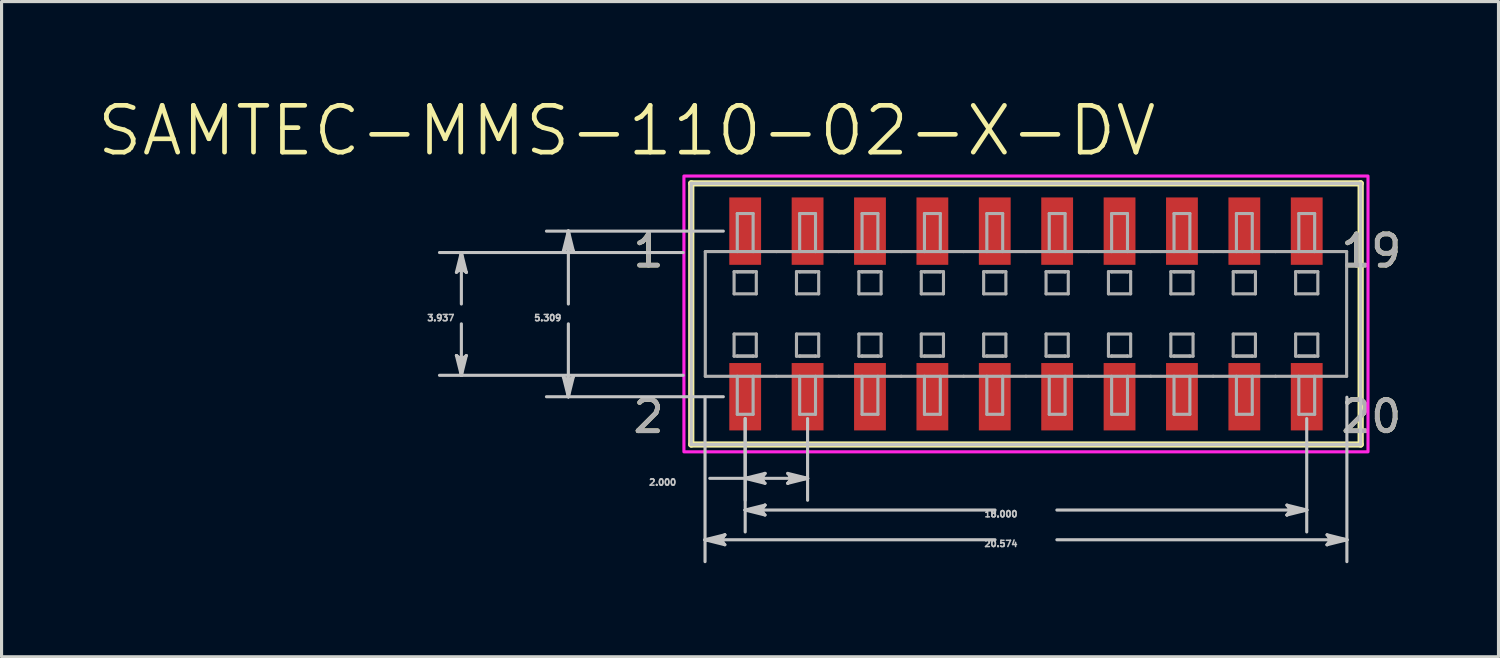
<source format=kicad_pcb>
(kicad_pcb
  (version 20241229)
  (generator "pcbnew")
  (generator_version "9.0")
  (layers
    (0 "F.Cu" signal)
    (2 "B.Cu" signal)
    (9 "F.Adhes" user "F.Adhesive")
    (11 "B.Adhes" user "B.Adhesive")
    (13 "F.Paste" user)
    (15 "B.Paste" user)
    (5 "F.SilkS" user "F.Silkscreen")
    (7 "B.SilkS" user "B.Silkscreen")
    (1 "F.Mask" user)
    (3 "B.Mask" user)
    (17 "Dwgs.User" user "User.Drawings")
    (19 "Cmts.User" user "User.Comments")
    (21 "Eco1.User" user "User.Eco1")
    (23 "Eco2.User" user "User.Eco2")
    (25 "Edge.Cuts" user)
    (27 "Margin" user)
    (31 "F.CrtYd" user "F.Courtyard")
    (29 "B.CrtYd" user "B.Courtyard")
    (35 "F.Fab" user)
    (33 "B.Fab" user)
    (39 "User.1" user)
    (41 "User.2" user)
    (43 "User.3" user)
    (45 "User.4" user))
  (footprint "SAMTEC-MMS-110-02-X-DV"
    (layer "F.Cu")
    (at 29.837 7.013)
    (property "Reference" "SAMTEC-MMS-110-02-X-DV" (at -12.797 -5.872 0) (layer "F.SilkS") (effects (font (size 1.5 1.5) (thickness 0.15))))
    (attr through_hole)
    (fp_poly (pts (xy -9.561 -3.785) (xy -8.439 -3.785) (xy -8.439 -1.523) (xy -9.561 -1.523)) (stroke (width 0.01) (type solid)) (fill yes) (layer "F.Mask"))
    (fp_poly (pts (xy -9.561 1.523) (xy -8.439 1.523) (xy -8.439 3.785) (xy -9.561 3.785)) (stroke (width 0.01) (type solid)) (fill yes) (layer "F.Mask"))
    (fp_poly (pts (xy -7.561 -3.785) (xy -6.439 -3.785) (xy -6.439 -1.523) (xy -7.561 -1.523)) (stroke (width 0.01) (type solid)) (fill yes) (layer "F.Mask"))
    (fp_poly (pts (xy -7.561 1.523) (xy -6.439 1.523) (xy -6.439 3.785) (xy -7.561 3.785)) (stroke (width 0.01) (type solid)) (fill yes) (layer "F.Mask"))
    (fp_poly (pts (xy -5.561 -3.785) (xy -4.439 -3.785) (xy -4.439 -1.523) (xy -5.561 -1.523)) (stroke (width 0.01) (type solid)) (fill yes) (layer "F.Mask"))
    (fp_poly (pts (xy -5.561 1.523) (xy -4.439 1.523) (xy -4.439 3.785) (xy -5.561 3.785)) (stroke (width 0.01) (type solid)) (fill yes) (layer "F.Mask"))
    (fp_poly (pts (xy -3.561 -3.785) (xy -2.439 -3.785) (xy -2.439 -1.523) (xy -3.561 -1.523)) (stroke (width 0.01) (type solid)) (fill yes) (layer "F.Mask"))
    (fp_poly (pts (xy -3.561 1.523) (xy -2.439 1.523) (xy -2.439 3.785) (xy -3.561 3.785)) (stroke (width 0.01) (type solid)) (fill yes) (layer "F.Mask"))
    (fp_poly (pts (xy -1.561 -3.785) (xy -0.439 -3.785) (xy -0.439 -1.523) (xy -1.561 -1.523)) (stroke (width 0.01) (type solid)) (fill yes) (layer "F.Mask"))
    (fp_poly (pts (xy -1.561 1.523) (xy -0.439 1.523) (xy -0.439 3.785) (xy -1.561 3.785)) (stroke (width 0.01) (type solid)) (fill yes) (layer "F.Mask"))
    (fp_poly (pts (xy 0.439 -3.785) (xy 1.561 -3.785) (xy 1.561 -1.523) (xy 0.439 -1.523)) (stroke (width 0.01) (type solid)) (fill yes) (layer "F.Mask"))
    (fp_poly (pts (xy 0.439 1.523) (xy 1.561 1.523) (xy 1.561 3.785) (xy 0.439 3.785)) (stroke (width 0.01) (type solid)) (fill yes) (layer "F.Mask"))
    (fp_poly (pts (xy 2.439 -3.785) (xy 3.561 -3.785) (xy 3.561 -1.523) (xy 2.439 -1.523)) (stroke (width 0.01) (type solid)) (fill yes) (layer "F.Mask"))
    (fp_poly (pts (xy 2.439 1.523) (xy 3.561 1.523) (xy 3.561 3.785) (xy 2.439 3.785)) (stroke (width 0.01) (type solid)) (fill yes) (layer "F.Mask"))
    (fp_poly (pts (xy 4.439 -3.785) (xy 5.561 -3.785) (xy 5.561 -1.523) (xy 4.439 -1.523)) (stroke (width 0.01) (type solid)) (fill yes) (layer "F.Mask"))
    (fp_poly (pts (xy 4.439 1.523) (xy 5.561 1.523) (xy 5.561 3.785) (xy 4.439 3.785)) (stroke (width 0.01) (type solid)) (fill yes) (layer "F.Mask"))
    (fp_poly (pts (xy 6.439 -3.785) (xy 7.561 -3.785) (xy 7.561 -1.523) (xy 6.439 -1.523)) (stroke (width 0.01) (type solid)) (fill yes) (layer "F.Mask"))
    (fp_poly (pts (xy 6.439 1.523) (xy 7.561 1.523) (xy 7.561 3.785) (xy 6.439 3.785)) (stroke (width 0.01) (type solid)) (fill yes) (layer "F.Mask"))
    (fp_poly (pts (xy 8.439 -3.785) (xy 9.561 -3.785) (xy 9.561 -1.523) (xy 8.439 -1.523)) (stroke (width 0.01) (type solid)) (fill yes) (layer "F.Mask"))
    (fp_poly (pts (xy 8.439 1.523) (xy 9.561 1.523) (xy 9.561 3.785) (xy 8.439 3.785)) (stroke (width 0.01) (type solid)) (fill yes) (layer "F.Mask"))
    (fp_line (start -10.729 -4.185) (end -10.729 4.185) (stroke (width 0.2) (type solid)) (layer "F.SilkS"))
    (fp_line (start -10.729 4.185) (end 10.729 4.185) (stroke (width 0.2) (type solid)) (layer "F.SilkS"))
    (fp_line (start 10.729 -4.185) (end -10.729 -4.185) (stroke (width 0.2) (type solid)) (layer "F.SilkS"))
    (fp_line (start 10.729 4.185) (end 10.729 -4.185) (stroke (width 0.2) (type solid)) (layer "F.SilkS"))
    (fp_poly (pts (xy -9.51 -3.734) (xy -8.49 -3.734) (xy -8.49 -1.574) (xy -9.51 -1.574)) (stroke (width 0.01) (type solid)) (fill yes) (layer "F.Paste"))
    (fp_poly (pts (xy -9.51 1.574) (xy -8.49 1.574) (xy -8.49 3.734) (xy -9.51 3.734)) (stroke (width 0.01) (type solid)) (fill yes) (layer "F.Paste"))
    (fp_poly (pts (xy -7.51 -3.734) (xy -6.49 -3.734) (xy -6.49 -1.574) (xy -7.51 -1.574)) (stroke (width 0.01) (type solid)) (fill yes) (layer "F.Paste"))
    (fp_poly (pts (xy -7.51 1.574) (xy -6.49 1.574) (xy -6.49 3.734) (xy -7.51 3.734)) (stroke (width 0.01) (type solid)) (fill yes) (layer "F.Paste"))
    (fp_poly (pts (xy -5.51 -3.734) (xy -4.49 -3.734) (xy -4.49 -1.574) (xy -5.51 -1.574)) (stroke (width 0.01) (type solid)) (fill yes) (layer "F.Paste"))
    (fp_poly (pts (xy -5.51 1.574) (xy -4.49 1.574) (xy -4.49 3.734) (xy -5.51 3.734)) (stroke (width 0.01) (type solid)) (fill yes) (layer "F.Paste"))
    (fp_poly (pts (xy -3.51 -3.734) (xy -2.49 -3.734) (xy -2.49 -1.574) (xy -3.51 -1.574)) (stroke (width 0.01) (type solid)) (fill yes) (layer "F.Paste"))
    (fp_poly (pts (xy -3.51 1.574) (xy -2.49 1.574) (xy -2.49 3.734) (xy -3.51 3.734)) (stroke (width 0.01) (type solid)) (fill yes) (layer "F.Paste"))
    (fp_poly (pts (xy -1.51 -3.734) (xy -0.49 -3.734) (xy -0.49 -1.574) (xy -1.51 -1.574)) (stroke (width 0.01) (type solid)) (fill yes) (layer "F.Paste"))
    (fp_poly (pts (xy -1.51 1.574) (xy -0.49 1.574) (xy -0.49 3.734) (xy -1.51 3.734)) (stroke (width 0.01) (type solid)) (fill yes) (layer "F.Paste"))
    (fp_poly (pts (xy 0.49 -3.734) (xy 1.51 -3.734) (xy 1.51 -1.574) (xy 0.49 -1.574)) (stroke (width 0.01) (type solid)) (fill yes) (layer "F.Paste"))
    (fp_poly (pts (xy 0.49 1.574) (xy 1.51 1.574) (xy 1.51 3.734) (xy 0.49 3.734)) (stroke (width 0.01) (type solid)) (fill yes) (layer "F.Paste"))
    (fp_poly (pts (xy 2.49 -3.734) (xy 3.51 -3.734) (xy 3.51 -1.574) (xy 2.49 -1.574)) (stroke (width 0.01) (type solid)) (fill yes) (layer "F.Paste"))
    (fp_poly (pts (xy 2.49 1.574) (xy 3.51 1.574) (xy 3.51 3.734) (xy 2.49 3.734)) (stroke (width 0.01) (type solid)) (fill yes) (layer "F.Paste"))
    (fp_poly (pts (xy 4.49 -3.734) (xy 5.51 -3.734) (xy 5.51 -1.574) (xy 4.49 -1.574)) (stroke (width 0.01) (type solid)) (fill yes) (layer "F.Paste"))
    (fp_poly (pts (xy 4.49 1.574) (xy 5.51 1.574) (xy 5.51 3.734) (xy 4.49 3.734)) (stroke (width 0.01) (type solid)) (fill yes) (layer "F.Paste"))
    (fp_poly (pts (xy 6.49 -3.734) (xy 7.51 -3.734) (xy 7.51 -1.574) (xy 6.49 -1.574)) (stroke (width 0.01) (type solid)) (fill yes) (layer "F.Paste"))
    (fp_poly (pts (xy 6.49 1.574) (xy 7.51 1.574) (xy 7.51 3.734) (xy 6.49 3.734)) (stroke (width 0.01) (type solid)) (fill yes) (layer "F.Paste"))
    (fp_poly (pts (xy 8.49 -3.734) (xy 9.51 -3.734) (xy 9.51 -1.574) (xy 8.49 -1.574)) (stroke (width 0.01) (type solid)) (fill yes) (layer "F.Paste"))
    (fp_poly (pts (xy 8.49 1.574) (xy 9.51 1.574) (xy 9.51 3.734) (xy 8.49 3.734)) (stroke (width 0.01) (type solid)) (fill yes) (layer "F.Paste"))
    (fp_line (start -18.256 -1.334) (end -18.098 -1.46) (stroke (width 0.1) (type solid)) (layer "Dwgs.User"))
    (fp_line (start -18.256 1.334) (end -18.098 1.968) (stroke (width 0.1) (type solid)) (layer "Dwgs.User"))
    (fp_line (start -18.177 -1.397) (end -18.098 -1.46) (stroke (width 0.1) (type solid)) (layer "Dwgs.User"))
    (fp_line (start -18.177 1.397) (end -18.256 1.334) (stroke (width 0.1) (type solid)) (layer "Dwgs.User"))
    (fp_line (start -18.098 -1.968) (end -18.256 -1.334) (stroke (width 0.1) (type solid)) (layer "Dwgs.User"))
    (fp_line (start -18.098 -1.968) (end -18.177 -1.397) (stroke (width 0.1) (type solid)) (layer "Dwgs.User"))
    (fp_line (start -18.098 -1.968) (end -18.018 -1.397) (stroke (width 0.1) (type solid)) (layer "Dwgs.User"))
    (fp_line (start -18.098 -1.46) (end -18.098 -1.968) (stroke (width 0.1) (type solid)) (layer "Dwgs.User"))
    (fp_line (start -18.098 -1.46) (end -17.939 -1.334) (stroke (width 0.1) (type solid)) (layer "Dwgs.User"))
    (fp_line (start -18.098 -0.318) (end -18.098 -1.968) (stroke (width 0.1) (type solid)) (layer "Dwgs.User"))
    (fp_line (start -18.098 0.318) (end -18.098 1.968) (stroke (width 0.1) (type solid)) (layer "Dwgs.User"))
    (fp_line (start -18.098 1.46) (end -18.256 1.334) (stroke (width 0.1) (type solid)) (layer "Dwgs.User"))
    (fp_line (start -18.098 1.46) (end -18.098 1.968) (stroke (width 0.1) (type solid)) (layer "Dwgs.User"))
    (fp_line (start -18.098 1.968) (end -18.177 1.397) (stroke (width 0.1) (type solid)) (layer "Dwgs.User"))
    (fp_line (start -18.098 1.968) (end -18.018 1.397) (stroke (width 0.1) (type solid)) (layer "Dwgs.User"))
    (fp_line (start -18.098 1.968) (end -17.939 1.334) (stroke (width 0.1) (type solid)) (layer "Dwgs.User"))
    (fp_line (start -18.018 -1.397) (end -17.939 -1.334) (stroke (width 0.1) (type solid)) (layer "Dwgs.User"))
    (fp_line (start -18.018 1.397) (end -18.098 1.46) (stroke (width 0.1) (type solid)) (layer "Dwgs.User"))
    (fp_line (start -17.939 -1.334) (end -18.098 -1.968) (stroke (width 0.1) (type solid)) (layer "Dwgs.User"))
    (fp_line (start -17.939 1.334) (end -18.098 1.46) (stroke (width 0.1) (type solid)) (layer "Dwgs.User"))
    (fp_line (start -14.827 -2.019) (end -14.668 -2.146) (stroke (width 0.1) (type solid)) (layer "Dwgs.User"))
    (fp_line (start -14.827 2.019) (end -14.668 2.654) (stroke (width 0.1) (type solid)) (layer "Dwgs.User"))
    (fp_line (start -14.748 -2.083) (end -14.668 -2.146) (stroke (width 0.1) (type solid)) (layer "Dwgs.User"))
    (fp_line (start -14.748 2.083) (end -14.827 2.019) (stroke (width 0.1) (type solid)) (layer "Dwgs.User"))
    (fp_line (start -14.668 -2.654) (end -14.827 -2.019) (stroke (width 0.1) (type solid)) (layer "Dwgs.User"))
    (fp_line (start -14.668 -2.654) (end -14.748 -2.083) (stroke (width 0.1) (type solid)) (layer "Dwgs.User"))
    (fp_line (start -14.668 -2.654) (end -14.589 -2.083) (stroke (width 0.1) (type solid)) (layer "Dwgs.User"))
    (fp_line (start -14.668 -2.146) (end -14.668 -2.654) (stroke (width 0.1) (type solid)) (layer "Dwgs.User"))
    (fp_line (start -14.668 -2.146) (end -14.51 -2.019) (stroke (width 0.1) (type solid)) (layer "Dwgs.User"))
    (fp_line (start -14.668 -0.318) (end -14.668 -2.654) (stroke (width 0.1) (type solid)) (layer "Dwgs.User"))
    (fp_line (start -14.668 0.318) (end -14.668 2.654) (stroke (width 0.1) (type solid)) (layer "Dwgs.User"))
    (fp_line (start -14.668 2.146) (end -14.827 2.019) (stroke (width 0.1) (type solid)) (layer "Dwgs.User"))
    (fp_line (start -14.668 2.146) (end -14.668 2.654) (stroke (width 0.1) (type solid)) (layer "Dwgs.User"))
    (fp_line (start -14.668 2.654) (end -14.748 2.083) (stroke (width 0.1) (type solid)) (layer "Dwgs.User"))
    (fp_line (start -14.668 2.654) (end -14.589 2.083) (stroke (width 0.1) (type solid)) (layer "Dwgs.User"))
    (fp_line (start -14.668 2.654) (end -14.51 2.019) (stroke (width 0.1) (type solid)) (layer "Dwgs.User"))
    (fp_line (start -14.589 -2.083) (end -14.51 -2.019) (stroke (width 0.1) (type solid)) (layer "Dwgs.User"))
    (fp_line (start -14.589 2.083) (end -14.668 2.146) (stroke (width 0.1) (type solid)) (layer "Dwgs.User"))
    (fp_line (start -14.51 -2.019) (end -14.668 -2.654) (stroke (width 0.1) (type solid)) (layer "Dwgs.User"))
    (fp_line (start -14.51 2.019) (end -14.668 2.146) (stroke (width 0.1) (type solid)) (layer "Dwgs.User"))
    (fp_line (start -10.988 -1.968) (end -18.799 -1.968) (stroke (width 0.1) (type solid)) (layer "Dwgs.User"))
    (fp_line (start -10.988 1.968) (end -18.799 1.968) (stroke (width 0.1) (type solid)) (layer "Dwgs.User"))
    (fp_line (start -10.729 -4.185) (end -10.729 4.185) (stroke (width 0.1) (type solid)) (layer "Dwgs.User"))
    (fp_line (start -10.729 4.185) (end 10.729 4.185) (stroke (width 0.1) (type solid)) (layer "Dwgs.User"))
    (fp_line (start -10.287 2.67) (end -10.287 7.94) (stroke (width 0.1) (type solid)) (layer "Dwgs.User"))
    (fp_line (start -10.287 7.239) (end -9.716 7.16) (stroke (width 0.1) (type solid)) (layer "Dwgs.User"))
    (fp_line (start -10.287 7.239) (end -9.716 7.318) (stroke (width 0.1) (type solid)) (layer "Dwgs.User"))
    (fp_line (start -10.287 7.239) (end -9.652 7.398) (stroke (width 0.1) (type solid)) (layer "Dwgs.User"))
    (fp_line (start -10.135 5.27) (end -9 5.27) (stroke (width 0.1) (type solid)) (layer "Dwgs.User"))
    (fp_line (start -9.779 7.239) (end -10.287 7.239) (stroke (width 0.1) (type solid)) (layer "Dwgs.User"))
    (fp_line (start -9.779 7.239) (end -9.652 7.08) (stroke (width 0.1) (type solid)) (layer "Dwgs.User"))
    (fp_line (start -9.716 7.16) (end -9.652 7.08) (stroke (width 0.1) (type solid)) (layer "Dwgs.User"))
    (fp_line (start -9.716 7.318) (end -9.779 7.239) (stroke (width 0.1) (type solid)) (layer "Dwgs.User"))
    (fp_line (start -9.701 -2.654) (end -15.37 -2.654) (stroke (width 0.1) (type solid)) (layer "Dwgs.User"))
    (fp_line (start -9.701 2.654) (end -15.37 2.654) (stroke (width 0.1) (type solid)) (layer "Dwgs.User"))
    (fp_line (start -9.652 7.08) (end -10.287 7.239) (stroke (width 0.1) (type solid)) (layer "Dwgs.User"))
    (fp_line (start -9.652 7.398) (end -9.779 7.239) (stroke (width 0.1) (type solid)) (layer "Dwgs.User"))
    (fp_line (start -9 3.355) (end -9 5.972) (stroke (width 0.1) (type solid)) (layer "Dwgs.User"))
    (fp_line (start -9 3.355) (end -9 6.988) (stroke (width 0.1) (type solid)) (layer "Dwgs.User"))
    (fp_line (start -9 5.27) (end -8.428 5.191) (stroke (width 0.1) (type solid)) (layer "Dwgs.User"))
    (fp_line (start -9 5.27) (end -8.428 5.35) (stroke (width 0.1) (type solid)) (layer "Dwgs.User"))
    (fp_line (start -9 5.27) (end -8.365 5.429) (stroke (width 0.1) (type solid)) (layer "Dwgs.User"))
    (fp_line (start -9 5.27) (end -7 5.27) (stroke (width 0.1) (type solid)) (layer "Dwgs.User"))
    (fp_line (start -9 6.286) (end -8.428 6.207) (stroke (width 0.1) (type solid)) (layer "Dwgs.User"))
    (fp_line (start -9 6.286) (end -8.428 6.366) (stroke (width 0.1) (type solid)) (layer "Dwgs.User"))
    (fp_line (start -9 6.286) (end -8.365 6.445) (stroke (width 0.1) (type solid)) (layer "Dwgs.User"))
    (fp_line (start -8.492 5.27) (end -9 5.27) (stroke (width 0.1) (type solid)) (layer "Dwgs.User"))
    (fp_line (start -8.492 5.27) (end -8.365 5.112) (stroke (width 0.1) (type solid)) (layer "Dwgs.User"))
    (fp_line (start -8.492 6.286) (end -9 6.286) (stroke (width 0.1) (type solid)) (layer "Dwgs.User"))
    (fp_line (start -8.492 6.286) (end -8.365 6.128) (stroke (width 0.1) (type solid)) (layer "Dwgs.User"))
    (fp_line (start -8.428 5.191) (end -8.365 5.112) (stroke (width 0.1) (type solid)) (layer "Dwgs.User"))
    (fp_line (start -8.428 5.35) (end -8.492 5.27) (stroke (width 0.1) (type solid)) (layer "Dwgs.User"))
    (fp_line (start -8.428 6.207) (end -8.365 6.128) (stroke (width 0.1) (type solid)) (layer "Dwgs.User"))
    (fp_line (start -8.428 6.366) (end -8.492 6.286) (stroke (width 0.1) (type solid)) (layer "Dwgs.User"))
    (fp_line (start -8.365 5.112) (end -9 5.27) (stroke (width 0.1) (type solid)) (layer "Dwgs.User"))
    (fp_line (start -8.365 5.429) (end -8.492 5.27) (stroke (width 0.1) (type solid)) (layer "Dwgs.User"))
    (fp_line (start -8.365 6.128) (end -9 6.286) (stroke (width 0.1) (type solid)) (layer "Dwgs.User"))
    (fp_line (start -8.365 6.445) (end -8.492 6.286) (stroke (width 0.1) (type solid)) (layer "Dwgs.User"))
    (fp_line (start -7.635 5.112) (end -7.508 5.27) (stroke (width 0.1) (type solid)) (layer "Dwgs.User"))
    (fp_line (start -7.635 5.429) (end -7 5.27) (stroke (width 0.1) (type solid)) (layer "Dwgs.User"))
    (fp_line (start -7.571 5.191) (end -7.508 5.27) (stroke (width 0.1) (type solid)) (layer "Dwgs.User"))
    (fp_line (start -7.571 5.35) (end -7.635 5.429) (stroke (width 0.1) (type solid)) (layer "Dwgs.User"))
    (fp_line (start -7.508 5.27) (end -7.635 5.429) (stroke (width 0.1) (type solid)) (layer "Dwgs.User"))
    (fp_line (start -7.508 5.27) (end -7 5.27) (stroke (width 0.1) (type solid)) (layer "Dwgs.User"))
    (fp_line (start -7 3.355) (end -7 5.972) (stroke (width 0.1) (type solid)) (layer "Dwgs.User"))
    (fp_line (start -7 5.27) (end -7.635 5.112) (stroke (width 0.1) (type solid)) (layer "Dwgs.User"))
    (fp_line (start -7 5.27) (end -7.571 5.191) (stroke (width 0.1) (type solid)) (layer "Dwgs.User"))
    (fp_line (start -7 5.27) (end -7.571 5.35) (stroke (width 0.1) (type solid)) (layer "Dwgs.User"))
    (fp_line (start -0.991 6.286) (end -9 6.286) (stroke (width 0.1) (type solid)) (layer "Dwgs.User"))
    (fp_line (start -0.991 7.239) (end -10.287 7.239) (stroke (width 0.1) (type solid)) (layer "Dwgs.User"))
    (fp_line (start 0.991 6.286) (end 9 6.286) (stroke (width 0.1) (type solid)) (layer "Dwgs.User"))
    (fp_line (start 0.991 7.239) (end 10.287 7.239) (stroke (width 0.1) (type solid)) (layer "Dwgs.User"))
    (fp_line (start 8.365 6.128) (end 8.492 6.286) (stroke (width 0.1) (type solid)) (layer "Dwgs.User"))
    (fp_line (start 8.365 6.445) (end 9 6.286) (stroke (width 0.1) (type solid)) (layer "Dwgs.User"))
    (fp_line (start 8.428 6.207) (end 8.492 6.286) (stroke (width 0.1) (type solid)) (layer "Dwgs.User"))
    (fp_line (start 8.428 6.366) (end 8.365 6.445) (stroke (width 0.1) (type solid)) (layer "Dwgs.User"))
    (fp_line (start 8.492 6.286) (end 8.365 6.445) (stroke (width 0.1) (type solid)) (layer "Dwgs.User"))
    (fp_line (start 8.492 6.286) (end 9 6.286) (stroke (width 0.1) (type solid)) (layer "Dwgs.User"))
    (fp_line (start 9 3.355) (end 9 6.988) (stroke (width 0.1) (type solid)) (layer "Dwgs.User"))
    (fp_line (start 9 6.286) (end 8.365 6.128) (stroke (width 0.1) (type solid)) (layer "Dwgs.User"))
    (fp_line (start 9 6.286) (end 8.428 6.207) (stroke (width 0.1) (type solid)) (layer "Dwgs.User"))
    (fp_line (start 9 6.286) (end 8.428 6.366) (stroke (width 0.1) (type solid)) (layer "Dwgs.User"))
    (fp_line (start 9.652 7.08) (end 9.779 7.239) (stroke (width 0.1) (type solid)) (layer "Dwgs.User"))
    (fp_line (start 9.652 7.398) (end 10.287 7.239) (stroke (width 0.1) (type solid)) (layer "Dwgs.User"))
    (fp_line (start 9.716 7.16) (end 9.779 7.239) (stroke (width 0.1) (type solid)) (layer "Dwgs.User"))
    (fp_line (start 9.716 7.318) (end 9.652 7.398) (stroke (width 0.1) (type solid)) (layer "Dwgs.User"))
    (fp_line (start 9.779 7.239) (end 9.652 7.398) (stroke (width 0.1) (type solid)) (layer "Dwgs.User"))
    (fp_line (start 9.779 7.239) (end 10.287 7.239) (stroke (width 0.1) (type solid)) (layer "Dwgs.User"))
    (fp_line (start 10.287 2.67) (end 10.287 7.94) (stroke (width 0.1) (type solid)) (layer "Dwgs.User"))
    (fp_line (start 10.287 7.239) (end 9.652 7.08) (stroke (width 0.1) (type solid)) (layer "Dwgs.User"))
    (fp_line (start 10.287 7.239) (end 9.716 7.16) (stroke (width 0.1) (type solid)) (layer "Dwgs.User"))
    (fp_line (start 10.287 7.239) (end 9.716 7.318) (stroke (width 0.1) (type solid)) (layer "Dwgs.User"))
    (fp_line (start 10.729 -4.185) (end -10.729 -4.185) (stroke (width 0.1) (type solid)) (layer "Dwgs.User"))
    (fp_line (start 10.729 4.185) (end 10.729 -4.185) (stroke (width 0.1) (type solid)) (layer "Dwgs.User"))
    (fp_poly (pts (xy -10.964 4.42) (xy -10.964 -4.42) (xy 10.964 -4.42) (xy 10.964 4.42) (xy -10.964 4.42)) (stroke (width 0.1) (type solid)) (fill no) (layer "F.CrtYd"))
    (fp_line (start -10.279 -1.999) (end -10.279 1.999) (stroke (width 0.1) (type solid)) (layer "F.Fab"))
    (fp_line (start -10.279 1.999) (end -8 1.999) (stroke (width 0.1) (type solid)) (layer "F.Fab"))
    (fp_line (start -9.356 -1.355) (end -8.644 -1.355) (stroke (width 0.1) (type solid)) (layer "F.Fab"))
    (fp_line (start -9.356 -0.644) (end -9.356 -1.355) (stroke (width 0.1) (type solid)) (layer "F.Fab"))
    (fp_line (start -9.356 0.644) (end -8.644 0.644) (stroke (width 0.1) (type solid)) (layer "F.Fab"))
    (fp_line (start -9.356 1.355) (end -9.356 0.644) (stroke (width 0.1) (type solid)) (layer "F.Fab"))
    (fp_line (start -9.254 -3.218) (end -8.746 -3.218) (stroke (width 0.1) (type solid)) (layer "F.Fab"))
    (fp_line (start -9.254 -1.999) (end -9.254 -3.218) (stroke (width 0.1) (type solid)) (layer "F.Fab"))
    (fp_line (start -9.254 -1.355) (end -9.254 -1.347) (stroke (width 0.1) (type solid)) (layer "F.Fab"))
    (fp_line (start -9.254 -1.347) (end -8.746 -1.347) (stroke (width 0.1) (type solid)) (layer "F.Fab"))
    (fp_line (start -9.254 1.347) (end -8.746 1.347) (stroke (width 0.1) (type solid)) (layer "F.Fab"))
    (fp_line (start -9.254 1.355) (end -9.254 1.347) (stroke (width 0.1) (type solid)) (layer "F.Fab"))
    (fp_line (start -9.254 3.218) (end -9.254 1.999) (stroke (width 0.1) (type solid)) (layer "F.Fab"))
    (fp_line (start -8.746 -3.218) (end -8.746 -1.999) (stroke (width 0.1) (type solid)) (layer "F.Fab"))
    (fp_line (start -8.746 -1.347) (end -8.746 -1.355) (stroke (width 0.1) (type solid)) (layer "F.Fab"))
    (fp_line (start -8.746 1.347) (end -8.746 1.355) (stroke (width 0.1) (type solid)) (layer "F.Fab"))
    (fp_line (start -8.746 1.999) (end -8.746 3.218) (stroke (width 0.1) (type solid)) (layer "F.Fab"))
    (fp_line (start -8.746 3.218) (end -9.254 3.218) (stroke (width 0.1) (type solid)) (layer "F.Fab"))
    (fp_line (start -8.644 -1.355) (end -8.644 -0.644) (stroke (width 0.1) (type solid)) (layer "F.Fab"))
    (fp_line (start -8.644 -0.644) (end -9.356 -0.644) (stroke (width 0.1) (type solid)) (layer "F.Fab"))
    (fp_line (start -8.644 0.644) (end -8.644 1.355) (stroke (width 0.1) (type solid)) (layer "F.Fab"))
    (fp_line (start -8.644 1.355) (end -9.356 1.355) (stroke (width 0.1) (type solid)) (layer "F.Fab"))
    (fp_line (start -8 -1.999) (end -10.279 -1.999) (stroke (width 0.1) (type solid)) (layer "F.Fab"))
    (fp_line (start -7.356 -1.355) (end -7.356 -0.644) (stroke (width 0.1) (type solid)) (layer "F.Fab"))
    (fp_line (start -7.356 -0.644) (end -6.644 -0.644) (stroke (width 0.1) (type solid)) (layer "F.Fab"))
    (fp_line (start -7.356 0.644) (end -7.356 1.355) (stroke (width 0.1) (type solid)) (layer "F.Fab"))
    (fp_line (start -7.356 1.355) (end -6.644 1.355) (stroke (width 0.1) (type solid)) (layer "F.Fab"))
    (fp_line (start -7.254 -3.218) (end -6.746 -3.218) (stroke (width 0.1) (type solid)) (layer "F.Fab"))
    (fp_line (start -7.254 -1.999) (end -7.254 -3.218) (stroke (width 0.1) (type solid)) (layer "F.Fab"))
    (fp_line (start -7.254 -1.347) (end -7.254 -1.355) (stroke (width 0.1) (type solid)) (layer "F.Fab"))
    (fp_line (start -7.254 1.347) (end -7.254 1.355) (stroke (width 0.1) (type solid)) (layer "F.Fab"))
    (fp_line (start -7.254 3.218) (end -7.254 1.999) (stroke (width 0.1) (type solid)) (layer "F.Fab"))
    (fp_line (start -6.746 -3.218) (end -6.746 -1.999) (stroke (width 0.1) (type solid)) (layer "F.Fab"))
    (fp_line (start -6.746 -1.355) (end -6.746 -1.347) (stroke (width 0.1) (type solid)) (layer "F.Fab"))
    (fp_line (start -6.746 -1.347) (end -7.254 -1.347) (stroke (width 0.1) (type solid)) (layer "F.Fab"))
    (fp_line (start -6.746 1.347) (end -7.254 1.347) (stroke (width 0.1) (type solid)) (layer "F.Fab"))
    (fp_line (start -6.746 1.355) (end -6.746 1.347) (stroke (width 0.1) (type solid)) (layer "F.Fab"))
    (fp_line (start -6.746 1.999) (end -6.746 3.218) (stroke (width 0.1) (type solid)) (layer "F.Fab"))
    (fp_line (start -6.746 3.218) (end -7.254 3.218) (stroke (width 0.1) (type solid)) (layer "F.Fab"))
    (fp_line (start -6.644 -1.355) (end -7.356 -1.355) (stroke (width 0.1) (type solid)) (layer "F.Fab"))
    (fp_line (start -6.644 -0.644) (end -6.644 -1.355) (stroke (width 0.1) (type solid)) (layer "F.Fab"))
    (fp_line (start -6.644 0.644) (end -7.356 0.644) (stroke (width 0.1) (type solid)) (layer "F.Fab"))
    (fp_line (start -6.644 1.355) (end -6.644 0.644) (stroke (width 0.1) (type solid)) (layer "F.Fab"))
    (fp_line (start -6 -1.999) (end -7.999 -1.999) (stroke (width 0.1) (type solid)) (layer "F.Fab"))
    (fp_line (start -6 1.999) (end -7.999 1.999) (stroke (width 0.1) (type solid)) (layer "F.Fab"))
    (fp_line (start -5.356 -1.355) (end -5.356 -0.644) (stroke (width 0.1) (type solid)) (layer "F.Fab"))
    (fp_line (start -5.356 -0.644) (end -4.644 -0.644) (stroke (width 0.1) (type solid)) (layer "F.Fab"))
    (fp_line (start -5.356 0.644) (end -5.356 1.355) (stroke (width 0.1) (type solid)) (layer "F.Fab"))
    (fp_line (start -5.356 1.355) (end -4.644 1.355) (stroke (width 0.1) (type solid)) (layer "F.Fab"))
    (fp_line (start -5.254 -3.218) (end -4.746 -3.218) (stroke (width 0.1) (type solid)) (layer "F.Fab"))
    (fp_line (start -5.254 -1.999) (end -5.254 -3.218) (stroke (width 0.1) (type solid)) (layer "F.Fab"))
    (fp_line (start -5.254 -1.347) (end -5.254 -1.355) (stroke (width 0.1) (type solid)) (layer "F.Fab"))
    (fp_line (start -5.254 1.347) (end -5.254 1.355) (stroke (width 0.1) (type solid)) (layer "F.Fab"))
    (fp_line (start -5.254 3.218) (end -5.254 1.999) (stroke (width 0.1) (type solid)) (layer "F.Fab"))
    (fp_line (start -4.746 -3.218) (end -4.746 -1.999) (stroke (width 0.1) (type solid)) (layer "F.Fab"))
    (fp_line (start -4.746 -1.355) (end -4.746 -1.347) (stroke (width 0.1) (type solid)) (layer "F.Fab"))
    (fp_line (start -4.746 -1.347) (end -5.254 -1.347) (stroke (width 0.1) (type solid)) (layer "F.Fab"))
    (fp_line (start -4.746 1.347) (end -5.254 1.347) (stroke (width 0.1) (type solid)) (layer "F.Fab"))
    (fp_line (start -4.746 1.355) (end -4.746 1.347) (stroke (width 0.1) (type solid)) (layer "F.Fab"))
    (fp_line (start -4.746 1.999) (end -4.746 3.218) (stroke (width 0.1) (type solid)) (layer "F.Fab"))
    (fp_line (start -4.746 3.218) (end -5.254 3.218) (stroke (width 0.1) (type solid)) (layer "F.Fab"))
    (fp_line (start -4.644 -1.355) (end -5.356 -1.355) (stroke (width 0.1) (type solid)) (layer "F.Fab"))
    (fp_line (start -4.644 -0.644) (end -4.644 -1.355) (stroke (width 0.1) (type solid)) (layer "F.Fab"))
    (fp_line (start -4.644 0.644) (end -5.356 0.644) (stroke (width 0.1) (type solid)) (layer "F.Fab"))
    (fp_line (start -4.644 1.355) (end -4.644 0.644) (stroke (width 0.1) (type solid)) (layer "F.Fab"))
    (fp_line (start -4 -1.999) (end -5.999 -1.999) (stroke (width 0.1) (type solid)) (layer "F.Fab"))
    (fp_line (start -4 1.999) (end -5.999 1.999) (stroke (width 0.1) (type solid)) (layer "F.Fab"))
    (fp_line (start -3.356 -1.355) (end -3.356 -0.644) (stroke (width 0.1) (type solid)) (layer "F.Fab"))
    (fp_line (start -3.356 -0.644) (end -2.644 -0.644) (stroke (width 0.1) (type solid)) (layer "F.Fab"))
    (fp_line (start -3.356 0.644) (end -3.356 1.355) (stroke (width 0.1) (type solid)) (layer "F.Fab"))
    (fp_line (start -3.356 1.355) (end -2.644 1.355) (stroke (width 0.1) (type solid)) (layer "F.Fab"))
    (fp_line (start -3.254 -3.218) (end -2.746 -3.218) (stroke (width 0.1) (type solid)) (layer "F.Fab"))
    (fp_line (start -3.254 -1.999) (end -3.254 -3.218) (stroke (width 0.1) (type solid)) (layer "F.Fab"))
    (fp_line (start -3.254 -1.347) (end -3.254 -1.355) (stroke (width 0.1) (type solid)) (layer "F.Fab"))
    (fp_line (start -3.254 1.347) (end -3.254 1.355) (stroke (width 0.1) (type solid)) (layer "F.Fab"))
    (fp_line (start -3.254 3.218) (end -3.254 1.999) (stroke (width 0.1) (type solid)) (layer "F.Fab"))
    (fp_line (start -2.746 -3.218) (end -2.746 -1.999) (stroke (width 0.1) (type solid)) (layer "F.Fab"))
    (fp_line (start -2.746 -1.355) (end -2.746 -1.347) (stroke (width 0.1) (type solid)) (layer "F.Fab"))
    (fp_line (start -2.746 -1.347) (end -3.254 -1.347) (stroke (width 0.1) (type solid)) (layer "F.Fab"))
    (fp_line (start -2.746 1.347) (end -3.254 1.347) (stroke (width 0.1) (type solid)) (layer "F.Fab"))
    (fp_line (start -2.746 1.355) (end -2.746 1.347) (stroke (width 0.1) (type solid)) (layer "F.Fab"))
    (fp_line (start -2.746 1.999) (end -2.746 3.218) (stroke (width 0.1) (type solid)) (layer "F.Fab"))
    (fp_line (start -2.746 3.218) (end -3.254 3.218) (stroke (width 0.1) (type solid)) (layer "F.Fab"))
    (fp_line (start -2.644 -1.355) (end -3.356 -1.355) (stroke (width 0.1) (type solid)) (layer "F.Fab"))
    (fp_line (start -2.644 -0.644) (end -2.644 -1.355) (stroke (width 0.1) (type solid)) (layer "F.Fab"))
    (fp_line (start -2.644 0.644) (end -3.356 0.644) (stroke (width 0.1) (type solid)) (layer "F.Fab"))
    (fp_line (start -2.644 1.355) (end -2.644 0.644) (stroke (width 0.1) (type solid)) (layer "F.Fab"))
    (fp_line (start -2.001 -1.999) (end -3.999 -1.999) (stroke (width 0.1) (type solid)) (layer "F.Fab"))
    (fp_line (start -2.001 1.999) (end -3.999 1.999) (stroke (width 0.1) (type solid)) (layer "F.Fab"))
    (fp_line (start -1.356 -1.355) (end -1.356 -0.644) (stroke (width 0.1) (type solid)) (layer "F.Fab"))
    (fp_line (start -1.356 -0.644) (end -0.644 -0.644) (stroke (width 0.1) (type solid)) (layer "F.Fab"))
    (fp_line (start -1.356 0.644) (end -1.356 1.355) (stroke (width 0.1) (type solid)) (layer "F.Fab"))
    (fp_line (start -1.356 1.355) (end -0.644 1.355) (stroke (width 0.1) (type solid)) (layer "F.Fab"))
    (fp_line (start -1.254 -3.218) (end -0.746 -3.218) (stroke (width 0.1) (type solid)) (layer "F.Fab"))
    (fp_line (start -1.254 -1.999) (end -1.254 -3.218) (stroke (width 0.1) (type solid)) (layer "F.Fab"))
    (fp_line (start -1.254 -1.347) (end -1.254 -1.355) (stroke (width 0.1) (type solid)) (layer "F.Fab"))
    (fp_line (start -1.254 1.347) (end -1.254 1.355) (stroke (width 0.1) (type solid)) (layer "F.Fab"))
    (fp_line (start -1.254 3.218) (end -1.254 1.999) (stroke (width 0.1) (type solid)) (layer "F.Fab"))
    (fp_line (start -0.746 -3.218) (end -0.746 -1.999) (stroke (width 0.1) (type solid)) (layer "F.Fab"))
    (fp_line (start -0.746 -1.355) (end -0.746 -1.347) (stroke (width 0.1) (type solid)) (layer "F.Fab"))
    (fp_line (start -0.746 -1.347) (end -1.254 -1.347) (stroke (width 0.1) (type solid)) (layer "F.Fab"))
    (fp_line (start -0.746 1.347) (end -1.254 1.347) (stroke (width 0.1) (type solid)) (layer "F.Fab"))
    (fp_line (start -0.746 1.355) (end -0.746 1.347) (stroke (width 0.1) (type solid)) (layer "F.Fab"))
    (fp_line (start -0.746 1.999) (end -0.746 3.218) (stroke (width 0.1) (type solid)) (layer "F.Fab"))
    (fp_line (start -0.746 3.218) (end -1.254 3.218) (stroke (width 0.1) (type solid)) (layer "F.Fab"))
    (fp_line (start -0.644 -1.355) (end -1.356 -1.355) (stroke (width 0.1) (type solid)) (layer "F.Fab"))
    (fp_line (start -0.644 -0.644) (end -0.644 -1.355) (stroke (width 0.1) (type solid)) (layer "F.Fab"))
    (fp_line (start -0.644 0.644) (end -1.356 0.644) (stroke (width 0.1) (type solid)) (layer "F.Fab"))
    (fp_line (start -0.644 1.355) (end -0.644 0.644) (stroke (width 0.1) (type solid)) (layer "F.Fab"))
    (fp_line (start -0.001 -1.999) (end -1.999 -1.999) (stroke (width 0.1) (type solid)) (layer "F.Fab"))
    (fp_line (start -0.001 1.999) (end -1.999 1.999) (stroke (width 0.1) (type solid)) (layer "F.Fab"))
    (fp_line (start 0.644 -1.355) (end 0.644 -0.644) (stroke (width 0.1) (type solid)) (layer "F.Fab"))
    (fp_line (start 0.644 -0.644) (end 1.356 -0.644) (stroke (width 0.1) (type solid)) (layer "F.Fab"))
    (fp_line (start 0.644 0.644) (end 0.644 1.355) (stroke (width 0.1) (type solid)) (layer "F.Fab"))
    (fp_line (start 0.644 1.355) (end 1.356 1.355) (stroke (width 0.1) (type solid)) (layer "F.Fab"))
    (fp_line (start 0.746 -3.218) (end 1.254 -3.218) (stroke (width 0.1) (type solid)) (layer "F.Fab"))
    (fp_line (start 0.746 -1.999) (end 0.746 -3.218) (stroke (width 0.1) (type solid)) (layer "F.Fab"))
    (fp_line (start 0.746 -1.347) (end 0.746 -1.355) (stroke (width 0.1) (type solid)) (layer "F.Fab"))
    (fp_line (start 0.746 1.347) (end 0.746 1.355) (stroke (width 0.1) (type solid)) (layer "F.Fab"))
    (fp_line (start 0.746 3.218) (end 0.746 1.999) (stroke (width 0.1) (type solid)) (layer "F.Fab"))
    (fp_line (start 1.254 -3.218) (end 1.254 -1.999) (stroke (width 0.1) (type solid)) (layer "F.Fab"))
    (fp_line (start 1.254 -1.355) (end 1.254 -1.347) (stroke (width 0.1) (type solid)) (layer "F.Fab"))
    (fp_line (start 1.254 -1.347) (end 0.746 -1.347) (stroke (width 0.1) (type solid)) (layer "F.Fab"))
    (fp_line (start 1.254 1.347) (end 0.746 1.347) (stroke (width 0.1) (type solid)) (layer "F.Fab"))
    (fp_line (start 1.254 1.355) (end 1.254 1.347) (stroke (width 0.1) (type solid)) (layer "F.Fab"))
    (fp_line (start 1.254 1.999) (end 1.254 3.218) (stroke (width 0.1) (type solid)) (layer "F.Fab"))
    (fp_line (start 1.254 3.218) (end 0.746 3.218) (stroke (width 0.1) (type solid)) (layer "F.Fab"))
    (fp_line (start 1.356 -1.355) (end 0.644 -1.355) (stroke (width 0.1) (type solid)) (layer "F.Fab"))
    (fp_line (start 1.356 -0.644) (end 1.356 -1.355) (stroke (width 0.1) (type solid)) (layer "F.Fab"))
    (fp_line (start 1.356 0.644) (end 0.644 0.644) (stroke (width 0.1) (type solid)) (layer "F.Fab"))
    (fp_line (start 1.356 1.355) (end 1.356 0.644) (stroke (width 0.1) (type solid)) (layer "F.Fab"))
    (fp_line (start 1.999 -1.999) (end 0.001 -1.999) (stroke (width 0.1) (type solid)) (layer "F.Fab"))
    (fp_line (start 1.999 1.999) (end 0.001 1.999) (stroke (width 0.1) (type solid)) (layer "F.Fab"))
    (fp_line (start 2.644 -1.355) (end 2.644 -0.644) (stroke (width 0.1) (type solid)) (layer "F.Fab"))
    (fp_line (start 2.644 -0.644) (end 3.356 -0.644) (stroke (width 0.1) (type solid)) (layer "F.Fab"))
    (fp_line (start 2.644 0.644) (end 2.644 1.355) (stroke (width 0.1) (type solid)) (layer "F.Fab"))
    (fp_line (start 2.644 1.355) (end 3.356 1.355) (stroke (width 0.1) (type solid)) (layer "F.Fab"))
    (fp_line (start 2.746 -3.218) (end 3.254 -3.218) (stroke (width 0.1) (type solid)) (layer "F.Fab"))
    (fp_line (start 2.746 -1.999) (end 2.746 -3.218) (stroke (width 0.1) (type solid)) (layer "F.Fab"))
    (fp_line (start 2.746 -1.347) (end 2.746 -1.355) (stroke (width 0.1) (type solid)) (layer "F.Fab"))
    (fp_line (start 2.746 1.347) (end 2.746 1.355) (stroke (width 0.1) (type solid)) (layer "F.Fab"))
    (fp_line (start 2.746 3.218) (end 2.746 1.999) (stroke (width 0.1) (type solid)) (layer "F.Fab"))
    (fp_line (start 3.254 -3.218) (end 3.254 -1.999) (stroke (width 0.1) (type solid)) (layer "F.Fab"))
    (fp_line (start 3.254 -1.355) (end 3.254 -1.347) (stroke (width 0.1) (type solid)) (layer "F.Fab"))
    (fp_line (start 3.254 -1.347) (end 2.746 -1.347) (stroke (width 0.1) (type solid)) (layer "F.Fab"))
    (fp_line (start 3.254 1.347) (end 2.746 1.347) (stroke (width 0.1) (type solid)) (layer "F.Fab"))
    (fp_line (start 3.254 1.355) (end 3.254 1.347) (stroke (width 0.1) (type solid)) (layer "F.Fab"))
    (fp_line (start 3.254 1.999) (end 3.254 3.218) (stroke (width 0.1) (type solid)) (layer "F.Fab"))
    (fp_line (start 3.254 3.218) (end 2.746 3.218) (stroke (width 0.1) (type solid)) (layer "F.Fab"))
    (fp_line (start 3.356 -1.355) (end 2.644 -1.355) (stroke (width 0.1) (type solid)) (layer "F.Fab"))
    (fp_line (start 3.356 -0.644) (end 3.356 -1.355) (stroke (width 0.1) (type solid)) (layer "F.Fab"))
    (fp_line (start 3.356 0.644) (end 2.644 0.644) (stroke (width 0.1) (type solid)) (layer "F.Fab"))
    (fp_line (start 3.356 1.355) (end 3.356 0.644) (stroke (width 0.1) (type solid)) (layer "F.Fab"))
    (fp_line (start 3.999 -1.999) (end 2.001 -1.999) (stroke (width 0.1) (type solid)) (layer "F.Fab"))
    (fp_line (start 3.999 1.999) (end 2.001 1.999) (stroke (width 0.1) (type solid)) (layer "F.Fab"))
    (fp_line (start 4.644 -1.355) (end 4.644 -0.644) (stroke (width 0.1) (type solid)) (layer "F.Fab"))
    (fp_line (start 4.644 -0.644) (end 5.356 -0.644) (stroke (width 0.1) (type solid)) (layer "F.Fab"))
    (fp_line (start 4.644 0.644) (end 4.644 1.355) (stroke (width 0.1) (type solid)) (layer "F.Fab"))
    (fp_line (start 4.644 1.355) (end 5.356 1.355) (stroke (width 0.1) (type solid)) (layer "F.Fab"))
    (fp_line (start 4.746 -3.218) (end 5.254 -3.218) (stroke (width 0.1) (type solid)) (layer "F.Fab"))
    (fp_line (start 4.746 -1.999) (end 4.746 -3.218) (stroke (width 0.1) (type solid)) (layer "F.Fab"))
    (fp_line (start 4.746 -1.347) (end 4.746 -1.355) (stroke (width 0.1) (type solid)) (layer "F.Fab"))
    (fp_line (start 4.746 1.347) (end 4.746 1.355) (stroke (width 0.1) (type solid)) (layer "F.Fab"))
    (fp_line (start 4.746 3.218) (end 4.746 1.999) (stroke (width 0.1) (type solid)) (layer "F.Fab"))
    (fp_line (start 5.254 -3.218) (end 5.254 -1.999) (stroke (width 0.1) (type solid)) (layer "F.Fab"))
    (fp_line (start 5.254 -1.355) (end 5.254 -1.347) (stroke (width 0.1) (type solid)) (layer "F.Fab"))
    (fp_line (start 5.254 -1.347) (end 4.746 -1.347) (stroke (width 0.1) (type solid)) (layer "F.Fab"))
    (fp_line (start 5.254 1.347) (end 4.746 1.347) (stroke (width 0.1) (type solid)) (layer "F.Fab"))
    (fp_line (start 5.254 1.355) (end 5.254 1.347) (stroke (width 0.1) (type solid)) (layer "F.Fab"))
    (fp_line (start 5.254 1.999) (end 5.254 3.218) (stroke (width 0.1) (type solid)) (layer "F.Fab"))
    (fp_line (start 5.254 3.218) (end 4.746 3.218) (stroke (width 0.1) (type solid)) (layer "F.Fab"))
    (fp_line (start 5.356 -1.355) (end 4.644 -1.355) (stroke (width 0.1) (type solid)) (layer "F.Fab"))
    (fp_line (start 5.356 -0.644) (end 5.356 -1.355) (stroke (width 0.1) (type solid)) (layer "F.Fab"))
    (fp_line (start 5.356 0.644) (end 4.644 0.644) (stroke (width 0.1) (type solid)) (layer "F.Fab"))
    (fp_line (start 5.356 1.355) (end 5.356 0.644) (stroke (width 0.1) (type solid)) (layer "F.Fab"))
    (fp_line (start 5.999 -1.999) (end 4 -1.999) (stroke (width 0.1) (type solid)) (layer "F.Fab"))
    (fp_line (start 5.999 1.999) (end 4 1.999) (stroke (width 0.1) (type solid)) (layer "F.Fab"))
    (fp_line (start 6.644 -1.355) (end 6.644 -0.644) (stroke (width 0.1) (type solid)) (layer "F.Fab"))
    (fp_line (start 6.644 -0.644) (end 7.356 -0.644) (stroke (width 0.1) (type solid)) (layer "F.Fab"))
    (fp_line (start 6.644 0.644) (end 6.644 1.355) (stroke (width 0.1) (type solid)) (layer "F.Fab"))
    (fp_line (start 6.644 1.355) (end 7.356 1.355) (stroke (width 0.1) (type solid)) (layer "F.Fab"))
    (fp_line (start 6.746 -3.218) (end 7.254 -3.218) (stroke (width 0.1) (type solid)) (layer "F.Fab"))
    (fp_line (start 6.746 -1.999) (end 6.746 -3.218) (stroke (width 0.1) (type solid)) (layer "F.Fab"))
    (fp_line (start 6.746 -1.347) (end 6.746 -1.355) (stroke (width 0.1) (type solid)) (layer "F.Fab"))
    (fp_line (start 6.746 1.347) (end 6.746 1.355) (stroke (width 0.1) (type solid)) (layer "F.Fab"))
    (fp_line (start 6.746 3.218) (end 6.746 1.999) (stroke (width 0.1) (type solid)) (layer "F.Fab"))
    (fp_line (start 7.254 -3.218) (end 7.254 -1.999) (stroke (width 0.1) (type solid)) (layer "F.Fab"))
    (fp_line (start 7.254 -1.355) (end 7.254 -1.347) (stroke (width 0.1) (type solid)) (layer "F.Fab"))
    (fp_line (start 7.254 -1.347) (end 6.746 -1.347) (stroke (width 0.1) (type solid)) (layer "F.Fab"))
    (fp_line (start 7.254 1.347) (end 6.746 1.347) (stroke (width 0.1) (type solid)) (layer "F.Fab"))
    (fp_line (start 7.254 1.355) (end 7.254 1.347) (stroke (width 0.1) (type solid)) (layer "F.Fab"))
    (fp_line (start 7.254 1.999) (end 7.254 3.218) (stroke (width 0.1) (type solid)) (layer "F.Fab"))
    (fp_line (start 7.254 3.218) (end 6.746 3.218) (stroke (width 0.1) (type solid)) (layer "F.Fab"))
    (fp_line (start 7.356 -1.355) (end 6.644 -1.355) (stroke (width 0.1) (type solid)) (layer "F.Fab"))
    (fp_line (start 7.356 -0.644) (end 7.356 -1.355) (stroke (width 0.1) (type solid)) (layer "F.Fab"))
    (fp_line (start 7.356 0.644) (end 6.644 0.644) (stroke (width 0.1) (type solid)) (layer "F.Fab"))
    (fp_line (start 7.356 1.355) (end 7.356 0.644) (stroke (width 0.1) (type solid)) (layer "F.Fab"))
    (fp_line (start 7.999 -1.999) (end 6 -1.999) (stroke (width 0.1) (type solid)) (layer "F.Fab"))
    (fp_line (start 7.999 1.999) (end 6 1.999) (stroke (width 0.1) (type solid)) (layer "F.Fab"))
    (fp_line (start 8 -1.999) (end 10.279 -1.999) (stroke (width 0.1) (type solid)) (layer "F.Fab"))
    (fp_line (start 8.644 -1.355) (end 8.644 -0.644) (stroke (width 0.1) (type solid)) (layer "F.Fab"))
    (fp_line (start 8.644 -0.644) (end 9.356 -0.644) (stroke (width 0.1) (type solid)) (layer "F.Fab"))
    (fp_line (start 8.644 0.644) (end 8.644 1.355) (stroke (width 0.1) (type solid)) (layer "F.Fab"))
    (fp_line (start 8.644 1.355) (end 9.356 1.355) (stroke (width 0.1) (type solid)) (layer "F.Fab"))
    (fp_line (start 8.746 -3.218) (end 8.746 -1.999) (stroke (width 0.1) (type solid)) (layer "F.Fab"))
    (fp_line (start 8.746 -1.347) (end 8.746 -1.355) (stroke (width 0.1) (type solid)) (layer "F.Fab"))
    (fp_line (start 8.746 1.347) (end 8.746 1.355) (stroke (width 0.1) (type solid)) (layer "F.Fab"))
    (fp_line (start 8.746 1.999) (end 8.746 3.218) (stroke (width 0.1) (type solid)) (layer "F.Fab"))
    (fp_line (start 8.746 3.218) (end 9.254 3.218) (stroke (width 0.1) (type solid)) (layer "F.Fab"))
    (fp_line (start 9.254 -3.218) (end 8.746 -3.218) (stroke (width 0.1) (type solid)) (layer "F.Fab"))
    (fp_line (start 9.254 -1.999) (end 9.254 -3.218) (stroke (width 0.1) (type solid)) (layer "F.Fab"))
    (fp_line (start 9.254 -1.355) (end 9.254 -1.347) (stroke (width 0.1) (type solid)) (layer "F.Fab"))
    (fp_line (start 9.254 -1.347) (end 8.746 -1.347) (stroke (width 0.1) (type solid)) (layer "F.Fab"))
    (fp_line (start 9.254 1.347) (end 8.746 1.347) (stroke (width 0.1) (type solid)) (layer "F.Fab"))
    (fp_line (start 9.254 1.355) (end 9.254 1.347) (stroke (width 0.1) (type solid)) (layer "F.Fab"))
    (fp_line (start 9.254 3.218) (end 9.254 1.999) (stroke (width 0.1) (type solid)) (layer "F.Fab"))
    (fp_line (start 9.356 -1.355) (end 8.644 -1.355) (stroke (width 0.1) (type solid)) (layer "F.Fab"))
    (fp_line (start 9.356 -0.644) (end 9.356 -1.355) (stroke (width 0.1) (type solid)) (layer "F.Fab"))
    (fp_line (start 9.356 0.644) (end 8.644 0.644) (stroke (width 0.1) (type solid)) (layer "F.Fab"))
    (fp_line (start 9.356 1.355) (end 9.356 0.644) (stroke (width 0.1) (type solid)) (layer "F.Fab"))
    (fp_line (start 10.279 -1.999) (end 10.279 1.999) (stroke (width 0.1) (type solid)) (layer "F.Fab"))
    (fp_line (start 10.279 1.999) (end 8 1.999) (stroke (width 0.1) (type solid)) (layer "F.Fab"))
    (fp_text user "1" (at -12.099 -2.019 0) (layer "F.SilkS") (effects (font (size 1 1) (thickness 0.15))))
    (fp_text user "19" (at 11.07 -2.019 0) (layer "F.SilkS") (effects (font (size 1 1) (thickness 0.15))))
    (fp_text user "2" (at -12.099 3.289 0) (layer "F.SilkS") (effects (font (size 1 1) (thickness 0.15))))
    (fp_text user "20" (at 11.07 3.289 0) (layer "F.SilkS") (effects (font (size 1 1) (thickness 0.15))))
    (fp_text user "5.309" (at -15.329 0.127 0) (layer "Dwgs.User") (effects (font (size 0.2 0.2) (thickness 0.15))))
    (fp_text user "2.000" (at -11.646 5.398 0) (layer "Dwgs.User") (effects (font (size 0.2 0.2) (thickness 0.15))))
    (fp_text user "18.000" (at -0.8 6.414 0) (layer "Dwgs.User") (effects (font (size 0.2 0.2) (thickness 0.15))))
    (fp_text user "3.937" (at -18.758 0.127 0) (layer "Dwgs.User") (effects (font (size 0.2 0.2) (thickness 0.15))))
    (fp_text user "20.574" (at -0.8 7.366 0) (layer "Dwgs.User") (effects (font (size 0.2 0.2) (thickness 0.15))))
    (fp_text user "1" (at -12.099 -2.019 0) (layer "F.Fab") (effects (font (size 1 1) (thickness 0.15))))
    (fp_text user "20" (at 11.07 3.289 0) (layer "F.Fab") (effects (font (size 1 1) (thickness 0.15))))
    (fp_text user "19" (at 11.07 -2.019 0) (layer "F.Fab") (effects (font (size 1 1) (thickness 0.15))))
    (fp_text user "2" (at -12.099 3.289 0) (layer "F.Fab") (effects (font (size 1 1) (thickness 0.15))))
    (pad "1" smd rect (at -9 -2.654) (size 1.02 2.16) (layers "F.Cu" "F.Paste"))
    (pad "2" smd rect (at -9 2.654) (size 1.02 2.16) (layers "F.Cu" "F.Paste"))
    (pad "3" smd rect (at -7 -2.654) (size 1.02 2.16) (layers "F.Cu" "F.Paste"))
    (pad "4" smd rect (at -7 2.654) (size 1.02 2.16) (layers "F.Cu" "F.Paste"))
    (pad "5" smd rect (at -5 -2.654) (size 1.02 2.16) (layers "F.Cu" "F.Paste"))
    (pad "6" smd rect (at -5 2.654) (size 1.02 2.16) (layers "F.Cu" "F.Paste"))
    (pad "7" smd rect (at -3 -2.654) (size 1.02 2.16) (layers "F.Cu" "F.Paste"))
    (pad "8" smd rect (at -3 2.654) (size 1.02 2.16) (layers "F.Cu" "F.Paste"))
    (pad "9" smd rect (at -1 -2.654) (size 1.02 2.16) (layers "F.Cu" "F.Paste"))
    (pad "10" smd rect (at -1 2.654) (size 1.02 2.16) (layers "F.Cu" "F.Paste"))
    (pad "11" smd rect (at 1 -2.654) (size 1.02 2.16) (layers "F.Cu" "F.Paste"))
    (pad "12" smd rect (at 1 2.654) (size 1.02 2.16) (layers "F.Cu" "F.Paste"))
    (pad "13" smd rect (at 3 -2.654) (size 1.02 2.16) (layers "F.Cu" "F.Paste"))
    (pad "14" smd rect (at 3 2.654) (size 1.02 2.16) (layers "F.Cu" "F.Paste"))
    (pad "15" smd rect (at 5 -2.654) (size 1.02 2.16) (layers "F.Cu" "F.Paste"))
    (pad "16" smd rect (at 5 2.654) (size 1.02 2.16) (layers "F.Cu" "F.Paste"))
    (pad "17" smd rect (at 7 -2.654) (size 1.02 2.16) (layers "F.Cu" "F.Paste"))
    (pad "18" smd rect (at 7 2.654) (size 1.02 2.16) (layers "F.Cu" "F.Paste"))
    (pad "19" smd rect (at 9 -2.654) (size 1.02 2.16) (layers "F.Cu" "F.Paste"))
    (pad "20" smd rect (at 9 2.654) (size 1.02 2.16) (layers "F.Cu" "F.Paste")))
  (gr_rect
    (start -3 -3)
    (end 44.984 18.003)
    (stroke (width 0.1) (type default))
    (fill no)
    (layer "Edge.Cuts")))
</source>
